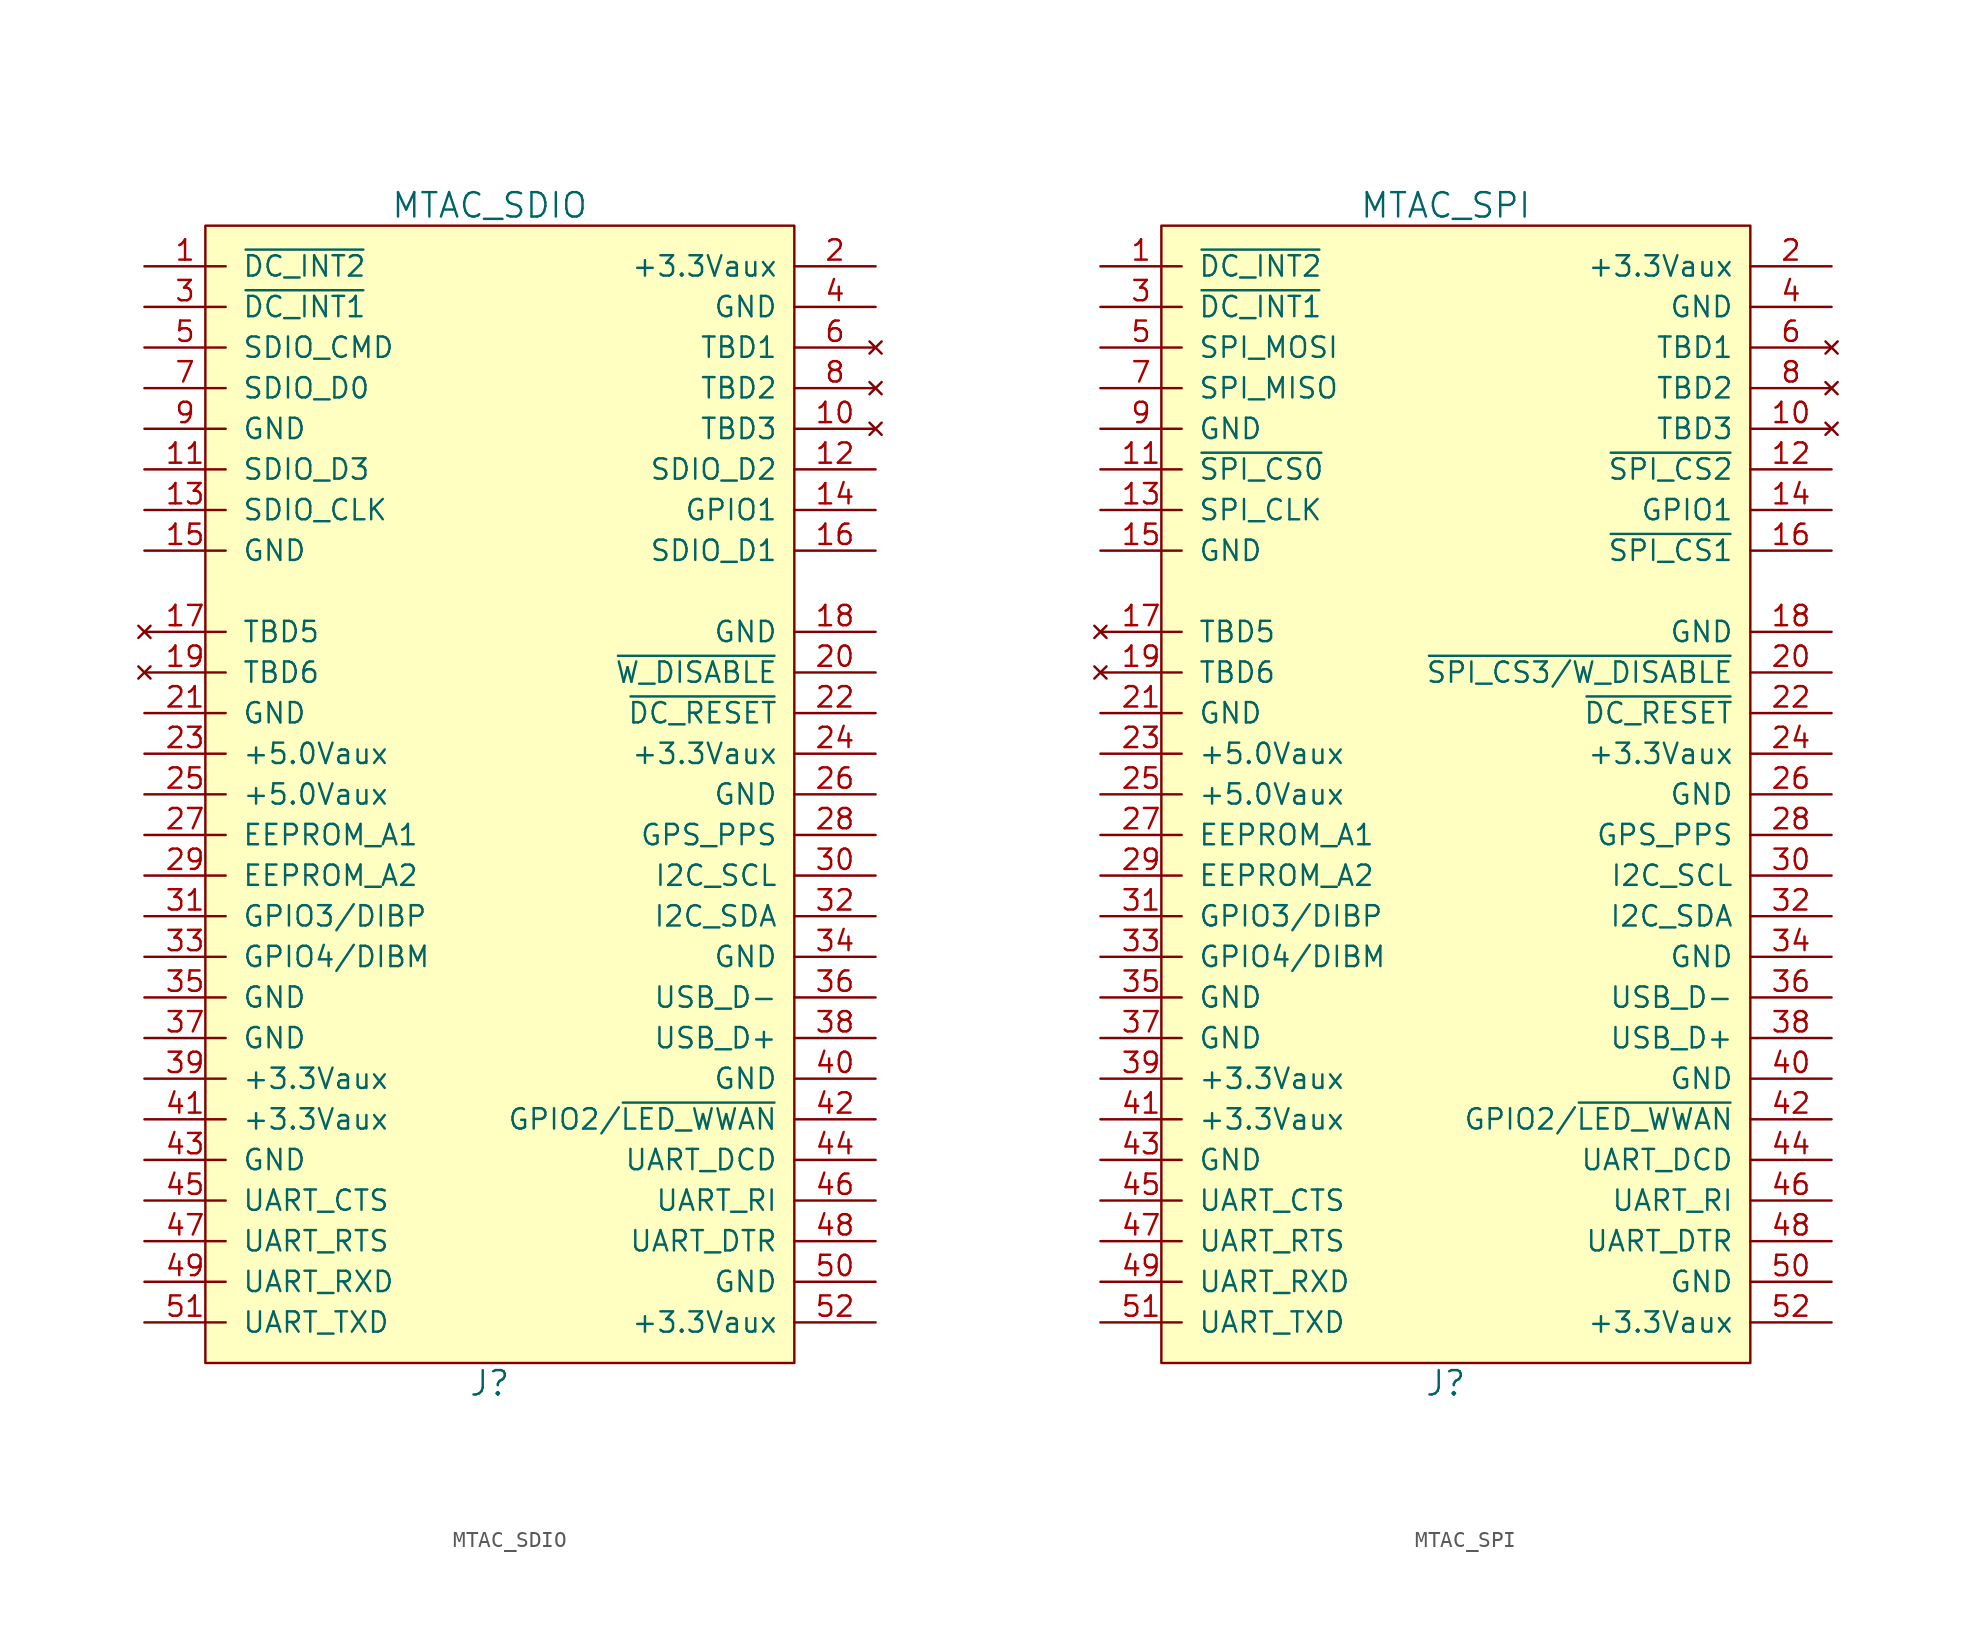
<source format=kicad_sym>
(kicad_symbol_lib
  (version 20211014)
  (generator kicad_symbol_editor)
  (symbol "MTAC_SDIO"
    (pin_names
      (offset 1.016))
    (property "Reference" "J"
      (at 3.81 -38.1 0)
      (effects (font (size 1.524 1.524))))
    (property "Value" "MTAC_SDIO"
      (at 3.81 35.56 0)
      (effects (font (size 1.524 1.524))))
    (symbol "MTAC_SDIO_0_1"
      (rectangle (start -13.97 -36.83) (end 22.86 34.29) (stroke (width 0) (type default) (color 0 0 0 0)) (fill (type background))))
    (symbol "MTAC_SDIO_1_1"
      (pin output line (at -17.78 31.75 0) (length 5.08) (name "~{DC_INT2}" (effects (font (size 1.27 1.27)))) (number "1" (effects (font (size 1.27 1.27)))))
      (pin no_connect line (at 27.94 21.59 180) (length 5.08) (name "TBD3" (effects (font (size 1.27 1.27)))) (number "10" (effects (font (size 1.27 1.27)))))
      (pin bidirectional line (at -17.78 19.05 0) (length 5.08) (name "SDIO_D3" (effects (font (size 1.27 1.27)))) (number "11" (effects (font (size 1.27 1.27)))))
      (pin bidirectional line (at 27.94 19.05 180) (length 5.08) (name "SDIO_D2" (effects (font (size 1.27 1.27)))) (number "12" (effects (font (size 1.27 1.27)))))
      (pin input line (at -17.78 16.51 0) (length 5.08) (name "SDIO_CLK" (effects (font (size 1.27 1.27)))) (number "13" (effects (font (size 1.27 1.27)))))
      (pin bidirectional line (at 27.94 16.51 180) (length 5.08) (name "GPIO1" (effects (font (size 1.27 1.27)))) (number "14" (effects (font (size 1.27 1.27)))))
      (pin power_in line (at -17.78 13.97 0) (length 5.08) (name "GND" (effects (font (size 1.27 1.27)))) (number "15" (effects (font (size 1.27 1.27)))))
      (pin bidirectional line (at 27.94 13.97 180) (length 5.08) (name "SDIO_D1" (effects (font (size 1.27 1.27)))) (number "16" (effects (font (size 1.27 1.27)))))
      (pin no_connect line (at -17.78 8.89 0) (length 5.08) (name "TBD5" (effects (font (size 1.27 1.27)))) (number "17" (effects (font (size 1.27 1.27)))))
      (pin power_in line (at 27.94 8.89 180) (length 5.08) (name "GND" (effects (font (size 1.27 1.27)))) (number "18" (effects (font (size 1.27 1.27)))))
      (pin no_connect line (at -17.78 6.35 0) (length 5.08) (name "TBD6" (effects (font (size 1.27 1.27)))) (number "19" (effects (font (size 1.27 1.27)))))
      (pin power_in line (at 27.94 31.75 180) (length 5.08) (name "+3.3Vaux" (effects (font (size 1.27 1.27)))) (number "2" (effects (font (size 1.27 1.27)))))
      (pin input line (at 27.94 6.35 180) (length 5.08) (name "~{W_DISABLE}" (effects (font (size 1.27 1.27)))) (number "20" (effects (font (size 1.27 1.27)))))
      (pin power_in line (at -17.78 3.81 0) (length 5.08) (name "GND" (effects (font (size 1.27 1.27)))) (number "21" (effects (font (size 1.27 1.27)))))
      (pin input line (at 27.94 3.81 180) (length 5.08) (name "~{DC_RESET}" (effects (font (size 1.27 1.27)))) (number "22" (effects (font (size 1.27 1.27)))))
      (pin power_in line (at -17.78 1.27 0) (length 5.08) (name "+5.0Vaux" (effects (font (size 1.27 1.27)))) (number "23" (effects (font (size 1.27 1.27)))))
      (pin power_in line (at 27.94 1.27 180) (length 5.08) (name "+3.3Vaux" (effects (font (size 1.27 1.27)))) (number "24" (effects (font (size 1.27 1.27)))))
      (pin power_in line (at -17.78 -1.27 0) (length 5.08) (name "+5.0Vaux" (effects (font (size 1.27 1.27)))) (number "25" (effects (font (size 1.27 1.27)))))
      (pin power_in line (at 27.94 -1.27 180) (length 5.08) (name "GND" (effects (font (size 1.27 1.27)))) (number "26" (effects (font (size 1.27 1.27)))))
      (pin output line (at -17.78 -3.81 0) (length 5.08) (name "EEPROM_A1" (effects (font (size 1.27 1.27)))) (number "27" (effects (font (size 1.27 1.27)))))
      (pin input line (at 27.94 -3.81 180) (length 5.08) (name "GPS_PPS" (effects (font (size 1.27 1.27)))) (number "28" (effects (font (size 1.27 1.27)))))
      (pin output line (at -17.78 -6.35 0) (length 5.08) (name "EEPROM_A2" (effects (font (size 1.27 1.27)))) (number "29" (effects (font (size 1.27 1.27)))))
      (pin output line (at -17.78 29.21 0) (length 5.08) (name "~{DC_INT1}" (effects (font (size 1.27 1.27)))) (number "3" (effects (font (size 1.27 1.27)))))
      (pin input line (at 27.94 -6.35 180) (length 5.08) (name "I2C_SCL" (effects (font (size 1.27 1.27)))) (number "30" (effects (font (size 1.27 1.27)))))
      (pin bidirectional line (at -17.78 -8.89 0) (length 5.08) (name "GPIO3/DIBP" (effects (font (size 1.27 1.27)))) (number "31" (effects (font (size 1.27 1.27)))))
      (pin bidirectional line (at 27.94 -8.89 180) (length 5.08) (name "I2C_SDA" (effects (font (size 1.27 1.27)))) (number "32" (effects (font (size 1.27 1.27)))))
      (pin bidirectional line (at -17.78 -11.43 0) (length 5.08) (name "GPIO4/DIBM" (effects (font (size 1.27 1.27)))) (number "33" (effects (font (size 1.27 1.27)))))
      (pin power_in line (at 27.94 -11.43 180) (length 5.08) (name "GND" (effects (font (size 1.27 1.27)))) (number "34" (effects (font (size 1.27 1.27)))))
      (pin power_in line (at -17.78 -13.97 0) (length 5.08) (name "GND" (effects (font (size 1.27 1.27)))) (number "35" (effects (font (size 1.27 1.27)))))
      (pin bidirectional line (at 27.94 -13.97 180) (length 5.08) (name "USB_D-" (effects (font (size 1.27 1.27)))) (number "36" (effects (font (size 1.27 1.27)))))
      (pin power_in line (at -17.78 -16.51 0) (length 5.08) (name "GND" (effects (font (size 1.27 1.27)))) (number "37" (effects (font (size 1.27 1.27)))))
      (pin bidirectional line (at 27.94 -16.51 180) (length 5.08) (name "USB_D+" (effects (font (size 1.27 1.27)))) (number "38" (effects (font (size 1.27 1.27)))))
      (pin power_in line (at -17.78 -19.05 0) (length 5.08) (name "+3.3Vaux" (effects (font (size 1.27 1.27)))) (number "39" (effects (font (size 1.27 1.27)))))
      (pin power_in line (at 27.94 29.21 180) (length 5.08) (name "GND" (effects (font (size 1.27 1.27)))) (number "4" (effects (font (size 1.27 1.27)))))
      (pin power_in line (at 27.94 -19.05 180) (length 5.08) (name "GND" (effects (font (size 1.27 1.27)))) (number "40" (effects (font (size 1.27 1.27)))))
      (pin power_in line (at -17.78 -21.59 0) (length 5.08) (name "+3.3Vaux" (effects (font (size 1.27 1.27)))) (number "41" (effects (font (size 1.27 1.27)))))
      (pin bidirectional line (at 27.94 -21.59 180) (length 5.08) (name "GPIO2/~{LED_WWAN}" (effects (font (size 1.27 1.27)))) (number "42" (effects (font (size 1.27 1.27)))))
      (pin power_in line (at -17.78 -24.13 0) (length 5.08) (name "GND" (effects (font (size 1.27 1.27)))) (number "43" (effects (font (size 1.27 1.27)))))
      (pin output line (at 27.94 -24.13 180) (length 5.08) (name "UART_DCD" (effects (font (size 1.27 1.27)))) (number "44" (effects (font (size 1.27 1.27)))))
      (pin output line (at -17.78 -26.67 0) (length 5.08) (name "UART_CTS" (effects (font (size 1.27 1.27)))) (number "45" (effects (font (size 1.27 1.27)))))
      (pin output line (at 27.94 -26.67 180) (length 5.08) (name "UART_RI" (effects (font (size 1.27 1.27)))) (number "46" (effects (font (size 1.27 1.27)))))
      (pin input line (at -17.78 -29.21 0) (length 5.08) (name "UART_RTS" (effects (font (size 1.27 1.27)))) (number "47" (effects (font (size 1.27 1.27)))))
      (pin input line (at 27.94 -29.21 180) (length 5.08) (name "UART_DTR" (effects (font (size 1.27 1.27)))) (number "48" (effects (font (size 1.27 1.27)))))
      (pin output line (at -17.78 -31.75 0) (length 5.08) (name "UART_RXD" (effects (font (size 1.27 1.27)))) (number "49" (effects (font (size 1.27 1.27)))))
      (pin input line (at -17.78 26.67 0) (length 5.08) (name "SDIO_CMD" (effects (font (size 1.27 1.27)))) (number "5" (effects (font (size 1.27 1.27)))))
      (pin power_in line (at 27.94 -31.75 180) (length 5.08) (name "GND" (effects (font (size 1.27 1.27)))) (number "50" (effects (font (size 1.27 1.27)))))
      (pin input line (at -17.78 -34.29 0) (length 5.08) (name "UART_TXD" (effects (font (size 1.27 1.27)))) (number "51" (effects (font (size 1.27 1.27)))))
      (pin power_in line (at 27.94 -34.29 180) (length 5.08) (name "+3.3Vaux" (effects (font (size 1.27 1.27)))) (number "52" (effects (font (size 1.27 1.27)))))
      (pin no_connect line (at 27.94 26.67 180) (length 5.08) (name "TBD1" (effects (font (size 1.27 1.27)))) (number "6" (effects (font (size 1.27 1.27)))))
      (pin bidirectional line (at -17.78 24.13 0) (length 5.08) (name "SDIO_D0" (effects (font (size 1.27 1.27)))) (number "7" (effects (font (size 1.27 1.27)))))
      (pin no_connect line (at 27.94 24.13 180) (length 5.08) (name "TBD2" (effects (font (size 1.27 1.27)))) (number "8" (effects (font (size 1.27 1.27)))))
      (pin power_in line (at -17.78 21.59 0) (length 5.08) (name "GND" (effects (font (size 1.27 1.27)))) (number "9" (effects (font (size 1.27 1.27)))))))
  (symbol "MTAC_SPI"
    (pin_names
      (offset 1.016))
    (property "Reference" "J"
      (at 3.81 -38.1 0)
      (effects (font (size 1.524 1.524))))
    (property "Value" "MTAC_SPI"
      (at 3.81 35.56 0)
      (effects (font (size 1.524 1.524))))
    (symbol "MTAC_SPI_0_1"
      (rectangle (start -13.97 -36.83) (end 22.86 34.29) (stroke (width 0) (type default) (color 0 0 0 0)) (fill (type background))))
    (symbol "MTAC_SPI_1_1"
      (pin output line (at -17.78 31.75 0) (length 5.08) (name "~{DC_INT2}" (effects (font (size 1.27 1.27)))) (number "1" (effects (font (size 1.27 1.27)))))
      (pin no_connect line (at 27.94 21.59 180) (length 5.08) (name "TBD3" (effects (font (size 1.27 1.27)))) (number "10" (effects (font (size 1.27 1.27)))))
      (pin input line (at -17.78 19.05 0) (length 5.08) (name "~{SPI_CS0}" (effects (font (size 1.27 1.27)))) (number "11" (effects (font (size 1.27 1.27)))))
      (pin input line (at 27.94 19.05 180) (length 5.08) (name "~{SPI_CS2}" (effects (font (size 1.27 1.27)))) (number "12" (effects (font (size 1.27 1.27)))))
      (pin input line (at -17.78 16.51 0) (length 5.08) (name "SPI_CLK" (effects (font (size 1.27 1.27)))) (number "13" (effects (font (size 1.27 1.27)))))
      (pin bidirectional line (at 27.94 16.51 180) (length 5.08) (name "GPIO1" (effects (font (size 1.27 1.27)))) (number "14" (effects (font (size 1.27 1.27)))))
      (pin power_in line (at -17.78 13.97 0) (length 5.08) (name "GND" (effects (font (size 1.27 1.27)))) (number "15" (effects (font (size 1.27 1.27)))))
      (pin input line (at 27.94 13.97 180) (length 5.08) (name "~{SPI_CS1}" (effects (font (size 1.27 1.27)))) (number "16" (effects (font (size 1.27 1.27)))))
      (pin no_connect line (at -17.78 8.89 0) (length 5.08) (name "TBD5" (effects (font (size 1.27 1.27)))) (number "17" (effects (font (size 1.27 1.27)))))
      (pin power_in line (at 27.94 8.89 180) (length 5.08) (name "GND" (effects (font (size 1.27 1.27)))) (number "18" (effects (font (size 1.27 1.27)))))
      (pin no_connect line (at -17.78 6.35 0) (length 5.08) (name "TBD6" (effects (font (size 1.27 1.27)))) (number "19" (effects (font (size 1.27 1.27)))))
      (pin power_in line (at 27.94 31.75 180) (length 5.08) (name "+3.3Vaux" (effects (font (size 1.27 1.27)))) (number "2" (effects (font (size 1.27 1.27)))))
      (pin input line (at 27.94 6.35 180) (length 5.08) (name "~{SPI_CS3/W_DISABLE}" (effects (font (size 1.27 1.27)))) (number "20" (effects (font (size 1.27 1.27)))))
      (pin power_in line (at -17.78 3.81 0) (length 5.08) (name "GND" (effects (font (size 1.27 1.27)))) (number "21" (effects (font (size 1.27 1.27)))))
      (pin input line (at 27.94 3.81 180) (length 5.08) (name "~{DC_RESET}" (effects (font (size 1.27 1.27)))) (number "22" (effects (font (size 1.27 1.27)))))
      (pin power_in line (at -17.78 1.27 0) (length 5.08) (name "+5.0Vaux" (effects (font (size 1.27 1.27)))) (number "23" (effects (font (size 1.27 1.27)))))
      (pin power_in line (at 27.94 1.27 180) (length 5.08) (name "+3.3Vaux" (effects (font (size 1.27 1.27)))) (number "24" (effects (font (size 1.27 1.27)))))
      (pin power_in line (at -17.78 -1.27 0) (length 5.08) (name "+5.0Vaux" (effects (font (size 1.27 1.27)))) (number "25" (effects (font (size 1.27 1.27)))))
      (pin power_in line (at 27.94 -1.27 180) (length 5.08) (name "GND" (effects (font (size 1.27 1.27)))) (number "26" (effects (font (size 1.27 1.27)))))
      (pin output line (at -17.78 -3.81 0) (length 5.08) (name "EEPROM_A1" (effects (font (size 1.27 1.27)))) (number "27" (effects (font (size 1.27 1.27)))))
      (pin input line (at 27.94 -3.81 180) (length 5.08) (name "GPS_PPS" (effects (font (size 1.27 1.27)))) (number "28" (effects (font (size 1.27 1.27)))))
      (pin output line (at -17.78 -6.35 0) (length 5.08) (name "EEPROM_A2" (effects (font (size 1.27 1.27)))) (number "29" (effects (font (size 1.27 1.27)))))
      (pin output line (at -17.78 29.21 0) (length 5.08) (name "~{DC_INT1}" (effects (font (size 1.27 1.27)))) (number "3" (effects (font (size 1.27 1.27)))))
      (pin input line (at 27.94 -6.35 180) (length 5.08) (name "I2C_SCL" (effects (font (size 1.27 1.27)))) (number "30" (effects (font (size 1.27 1.27)))))
      (pin bidirectional line (at -17.78 -8.89 0) (length 5.08) (name "GPIO3/DIBP" (effects (font (size 1.27 1.27)))) (number "31" (effects (font (size 1.27 1.27)))))
      (pin bidirectional line (at 27.94 -8.89 180) (length 5.08) (name "I2C_SDA" (effects (font (size 1.27 1.27)))) (number "32" (effects (font (size 1.27 1.27)))))
      (pin bidirectional line (at -17.78 -11.43 0) (length 5.08) (name "GPIO4/DIBM" (effects (font (size 1.27 1.27)))) (number "33" (effects (font (size 1.27 1.27)))))
      (pin power_in line (at 27.94 -11.43 180) (length 5.08) (name "GND" (effects (font (size 1.27 1.27)))) (number "34" (effects (font (size 1.27 1.27)))))
      (pin power_in line (at -17.78 -13.97 0) (length 5.08) (name "GND" (effects (font (size 1.27 1.27)))) (number "35" (effects (font (size 1.27 1.27)))))
      (pin bidirectional line (at 27.94 -13.97 180) (length 5.08) (name "USB_D-" (effects (font (size 1.27 1.27)))) (number "36" (effects (font (size 1.27 1.27)))))
      (pin power_in line (at -17.78 -16.51 0) (length 5.08) (name "GND" (effects (font (size 1.27 1.27)))) (number "37" (effects (font (size 1.27 1.27)))))
      (pin bidirectional line (at 27.94 -16.51 180) (length 5.08) (name "USB_D+" (effects (font (size 1.27 1.27)))) (number "38" (effects (font (size 1.27 1.27)))))
      (pin power_in line (at -17.78 -19.05 0) (length 5.08) (name "+3.3Vaux" (effects (font (size 1.27 1.27)))) (number "39" (effects (font (size 1.27 1.27)))))
      (pin power_in line (at 27.94 29.21 180) (length 5.08) (name "GND" (effects (font (size 1.27 1.27)))) (number "4" (effects (font (size 1.27 1.27)))))
      (pin power_in line (at 27.94 -19.05 180) (length 5.08) (name "GND" (effects (font (size 1.27 1.27)))) (number "40" (effects (font (size 1.27 1.27)))))
      (pin power_in line (at -17.78 -21.59 0) (length 5.08) (name "+3.3Vaux" (effects (font (size 1.27 1.27)))) (number "41" (effects (font (size 1.27 1.27)))))
      (pin bidirectional line (at 27.94 -21.59 180) (length 5.08) (name "GPIO2/~{LED_WWAN}" (effects (font (size 1.27 1.27)))) (number "42" (effects (font (size 1.27 1.27)))))
      (pin power_in line (at -17.78 -24.13 0) (length 5.08) (name "GND" (effects (font (size 1.27 1.27)))) (number "43" (effects (font (size 1.27 1.27)))))
      (pin output line (at 27.94 -24.13 180) (length 5.08) (name "UART_DCD" (effects (font (size 1.27 1.27)))) (number "44" (effects (font (size 1.27 1.27)))))
      (pin output line (at -17.78 -26.67 0) (length 5.08) (name "UART_CTS" (effects (font (size 1.27 1.27)))) (number "45" (effects (font (size 1.27 1.27)))))
      (pin output line (at 27.94 -26.67 180) (length 5.08) (name "UART_RI" (effects (font (size 1.27 1.27)))) (number "46" (effects (font (size 1.27 1.27)))))
      (pin input line (at -17.78 -29.21 0) (length 5.08) (name "UART_RTS" (effects (font (size 1.27 1.27)))) (number "47" (effects (font (size 1.27 1.27)))))
      (pin input line (at 27.94 -29.21 180) (length 5.08) (name "UART_DTR" (effects (font (size 1.27 1.27)))) (number "48" (effects (font (size 1.27 1.27)))))
      (pin output line (at -17.78 -31.75 0) (length 5.08) (name "UART_RXD" (effects (font (size 1.27 1.27)))) (number "49" (effects (font (size 1.27 1.27)))))
      (pin input line (at -17.78 26.67 0) (length 5.08) (name "SPI_MOSI" (effects (font (size 1.27 1.27)))) (number "5" (effects (font (size 1.27 1.27)))))
      (pin power_in line (at 27.94 -31.75 180) (length 5.08) (name "GND" (effects (font (size 1.27 1.27)))) (number "50" (effects (font (size 1.27 1.27)))))
      (pin input line (at -17.78 -34.29 0) (length 5.08) (name "UART_TXD" (effects (font (size 1.27 1.27)))) (number "51" (effects (font (size 1.27 1.27)))))
      (pin power_in line (at 27.94 -34.29 180) (length 5.08) (name "+3.3Vaux" (effects (font (size 1.27 1.27)))) (number "52" (effects (font (size 1.27 1.27)))))
      (pin no_connect line (at 27.94 26.67 180) (length 5.08) (name "TBD1" (effects (font (size 1.27 1.27)))) (number "6" (effects (font (size 1.27 1.27)))))
      (pin output line (at -17.78 24.13 0) (length 5.08) (name "SPI_MISO" (effects (font (size 1.27 1.27)))) (number "7" (effects (font (size 1.27 1.27)))))
      (pin no_connect line (at 27.94 24.13 180) (length 5.08) (name "TBD2" (effects (font (size 1.27 1.27)))) (number "8" (effects (font (size 1.27 1.27)))))
      (pin power_in line (at -17.78 21.59 0) (length 5.08) (name "GND" (effects (font (size 1.27 1.27)))) (number "9" (effects (font (size 1.27 1.27))))))))
</source>
